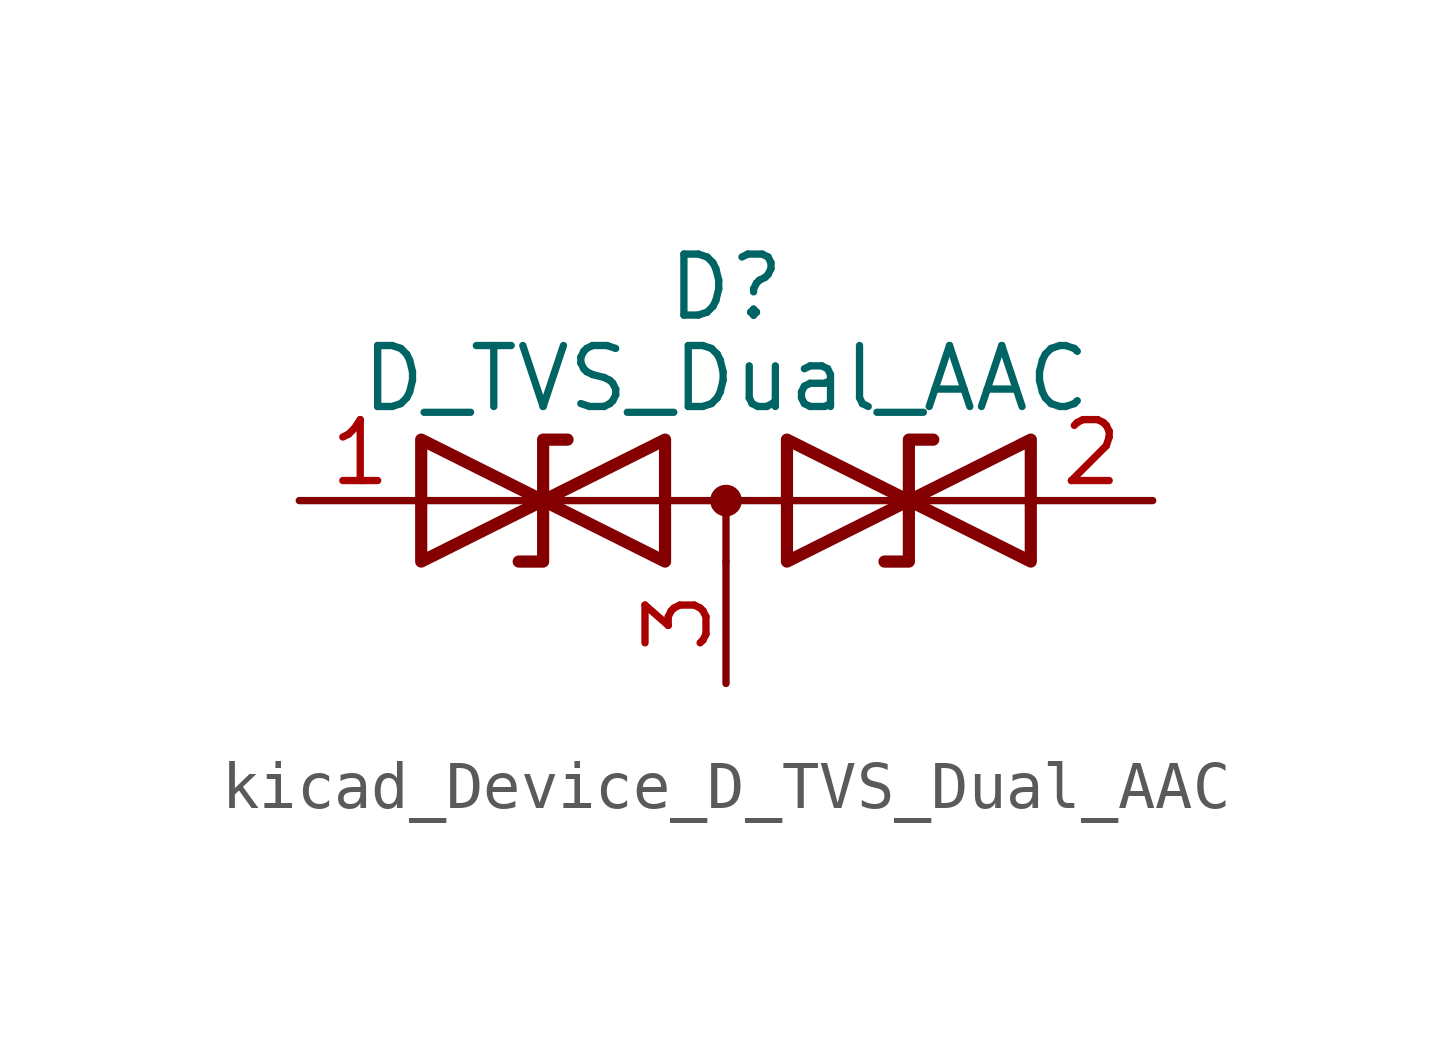
<source format=kicad_sym>
(kicad_symbol_lib
  (version 20220914)
  (generator kicad_symbol_editor)
  (symbol "kicad_Device_D_TVS_Dual_AAC"
    (pin_names
      (offset 1.016) hide)
    (property "Reference" "D"
      (at 0 4.445 0)
      (effects (font (size 1.27 1.27))))
    (property "Value" "D_TVS_Dual_AAC"
      (at 0 2.54 0)
      (effects (font (size 1.27 1.27))))
    (symbol "kicad_Device_D_TVS_Dual_AAC_0_0"
      (polyline (pts (xy 0 -1.27) (xy 0 0)) (stroke (width 0) (type default)) (fill (type none))))
    (symbol "kicad_Device_D_TVS_Dual_AAC_0_1"
      (polyline (pts (xy -6.35 0) (xy 6.35 0)) (stroke (width 0) (type default)) (fill (type none)))
      (polyline (pts (xy -3.302 1.27) (xy -3.81 1.27) (xy -3.81 -1.27) (xy -4.318 -1.27)) (stroke (width 0.254) (type default)) (fill (type none)))
      (polyline (pts (xy 4.318 1.27) (xy 3.81 1.27) (xy 3.81 -1.27) (xy 3.302 -1.27)) (stroke (width 0.254) (type default)) (fill (type none)))
      (polyline (pts (xy -6.35 1.27) (xy -1.27 -1.27) (xy -1.27 1.27) (xy -6.35 -1.27) (xy -6.35 1.27)) (stroke (width 0.254) (type default)) (fill (type none)))
      (polyline (pts (xy 6.35 1.27) (xy 1.27 -1.27) (xy 1.27 1.27) (xy 6.35 -1.27) (xy 6.35 1.27)) (stroke (width 0.254) (type default)) (fill (type none)))
      (circle (center 0 0) (radius 0.254) (stroke (width 0) (type default)) (fill (type outline))))
    (symbol "kicad_Device_D_TVS_Dual_AAC_1_1"
      (pin passive line (at -8.89 0 0) (length 2.54) (name "A1" (effects (font (size 1.27 1.27)))) (number "1" (effects (font (size 1.27 1.27)))))
      (pin passive line (at 8.89 0 180) (length 2.54) (name "A2" (effects (font (size 1.27 1.27)))) (number "2" (effects (font (size 1.27 1.27)))))
      (pin input line (at 0 -3.81 90) (length 2.54) (name "common" (effects (font (size 1.27 1.27)))) (number "3" (effects (font (size 1.27 1.27))))))))
</source>
